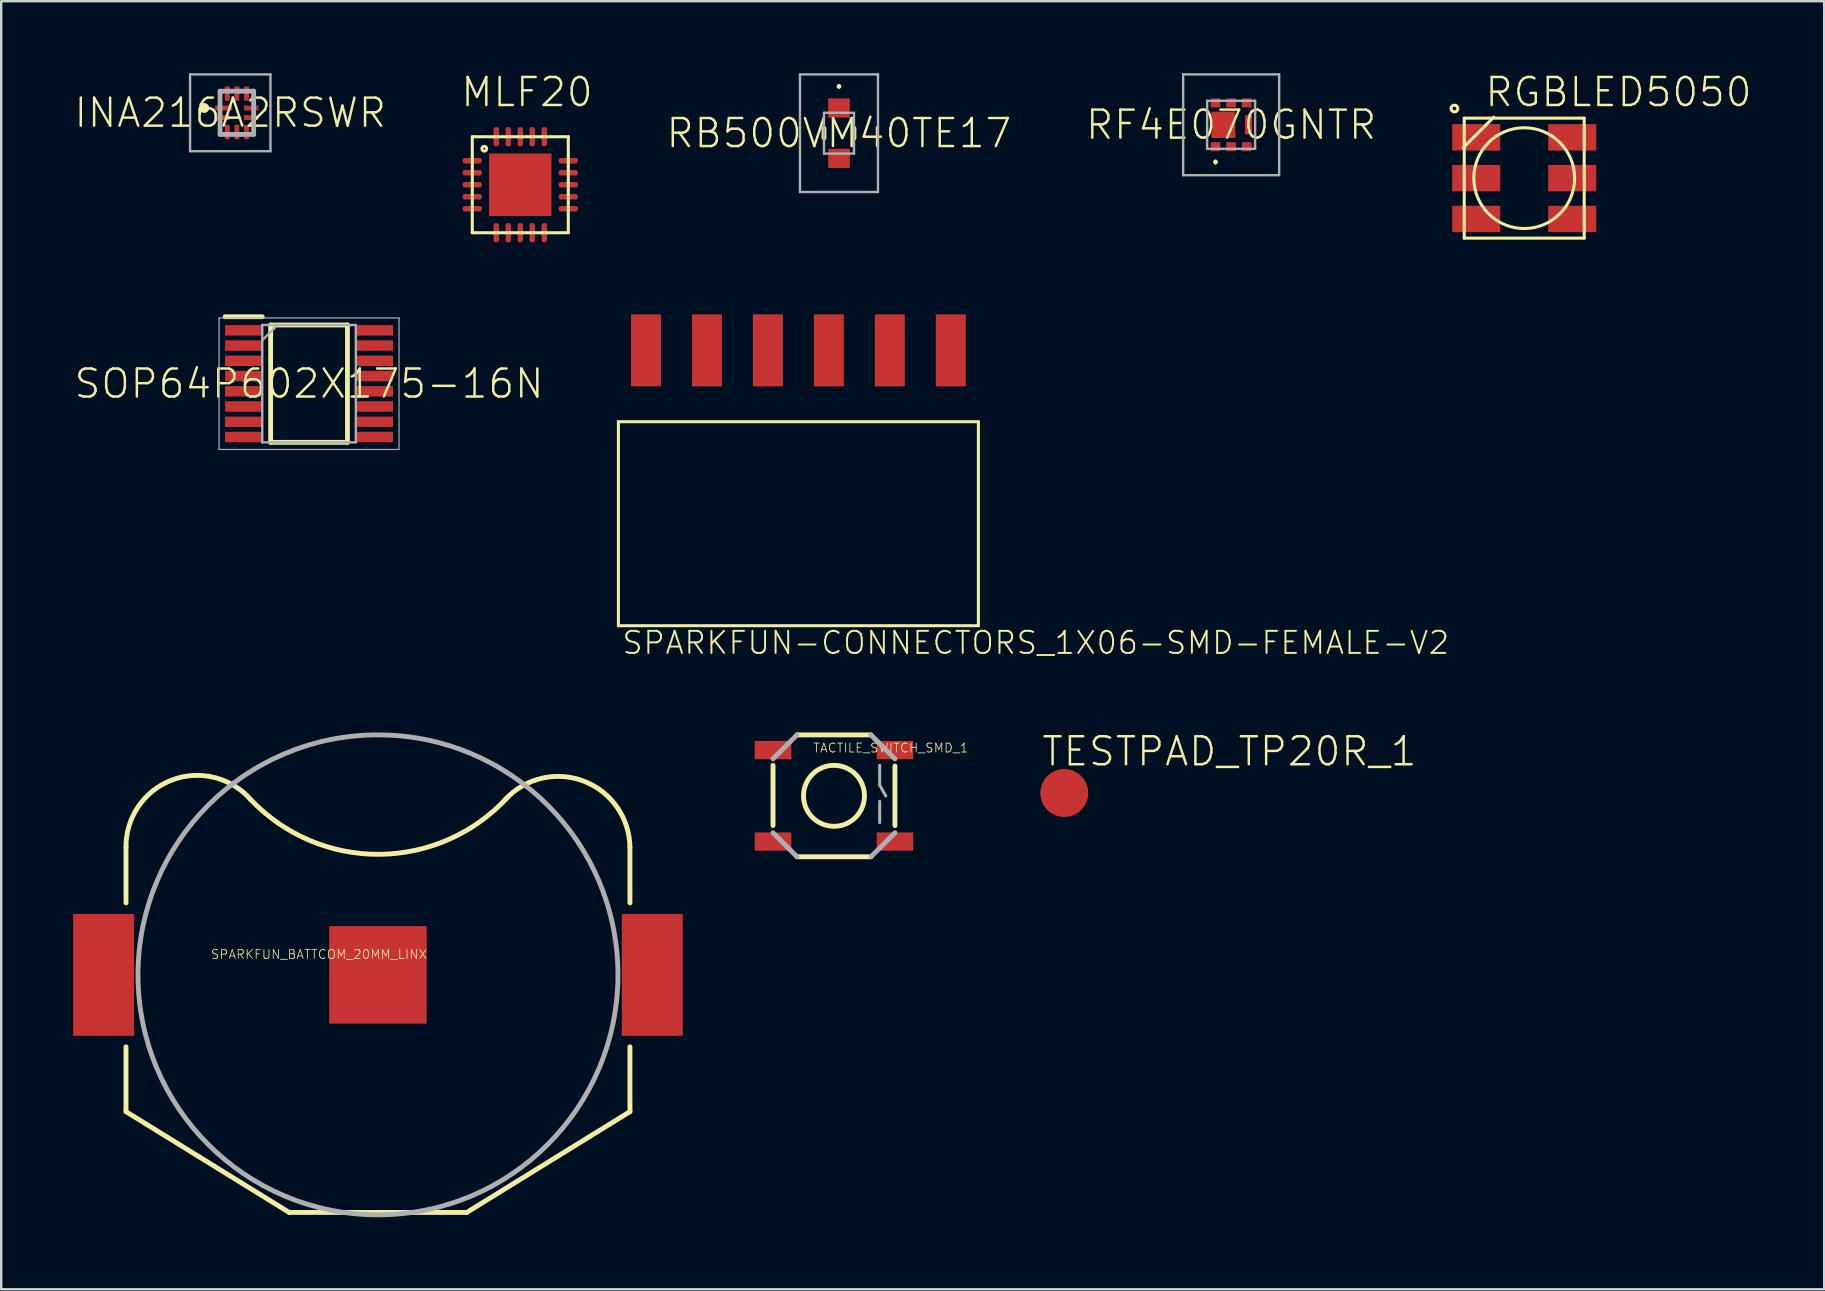
<source format=kicad_pcb>
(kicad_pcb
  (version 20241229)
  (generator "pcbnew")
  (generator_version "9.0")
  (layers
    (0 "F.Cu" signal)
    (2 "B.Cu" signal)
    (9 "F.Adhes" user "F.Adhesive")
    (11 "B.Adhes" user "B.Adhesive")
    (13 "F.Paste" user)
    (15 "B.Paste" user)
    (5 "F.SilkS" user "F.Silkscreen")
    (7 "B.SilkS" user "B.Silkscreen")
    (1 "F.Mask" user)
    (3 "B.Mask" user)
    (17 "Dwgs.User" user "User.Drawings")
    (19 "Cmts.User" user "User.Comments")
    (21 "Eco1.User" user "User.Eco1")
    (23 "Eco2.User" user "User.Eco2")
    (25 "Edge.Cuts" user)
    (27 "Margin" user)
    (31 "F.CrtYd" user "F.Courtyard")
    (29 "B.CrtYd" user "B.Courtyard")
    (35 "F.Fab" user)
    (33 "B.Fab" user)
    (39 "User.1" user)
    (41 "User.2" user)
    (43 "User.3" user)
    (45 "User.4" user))
  (footprint "SPARKFUN-CONNECTORS_1X06-SMD-FEMALE-V2"
    (layer "F.Cu")
    (at 30.219 14.973)
    (property "Reference" "SPARKFUN-CONNECTORS_1X06-SMD-FEMALE-V2" (at -7.4 9.3 0) (unlocked yes) (layer "F.SilkS") (effects (font (size 0.92 0.92) (thickness 0.08)) (justify left bottom)))
    (fp_line (start -7.5 -0.45) (end -7.5 8.05) (stroke (width 0.127) (type solid)) (layer "F.SilkS"))
    (fp_line (start -7.5 8.05) (end 7.5 8.05) (stroke (width 0.127) (type solid)) (layer "F.SilkS"))
    (fp_line (start 7.5 -0.45) (end -7.5 -0.45) (stroke (width 0.127) (type solid)) (layer "F.SilkS"))
    (fp_line (start 7.5 8.05) (end 7.5 -0.45) (stroke (width 0.127) (type solid)) (layer "F.SilkS"))
    (pad "1" smd rect (at 6.35 -3.425 180) (size 1.25 3) (layers "F.Cu" "F.Mask" "F.Paste"))
    (pad "2" smd rect (at 3.81 -3.425 180) (size 1.25 3) (layers "F.Cu" "F.Mask" "F.Paste"))
    (pad "3" smd rect (at 1.27 -3.425 180) (size 1.25 3) (layers "F.Cu" "F.Mask" "F.Paste"))
    (pad "4" smd rect (at -1.27 -3.425 180) (size 1.25 3) (layers "F.Cu" "F.Mask" "F.Paste"))
    (pad "5" smd rect (at -3.81 -3.425 180) (size 1.25 3) (layers "F.Cu" "F.Mask" "F.Paste"))
    (pad "6" smd rect (at -6.35 -3.425 180) (size 1.25 3) (layers "F.Cu" "F.Mask" "F.Paste")))
  (footprint "TESTPAD_TP20R_1"
    (layer "F.Cu")
    (at 41.299 29.994)
    (property "Reference" "TESTPAD_TP20R_1" (at -1 -1.05 0) (unlocked yes) (layer "F.SilkS") (effects (font (size 1.168 1.168) (thickness 0.102)) (justify left bottom)))
    (pad "TP" smd roundrect (at 0 0) (size 2 2) (layers "F.Cu" "F.Mask") (roundrect_rratio 0.5)))
  (footprint "RB500VM40TE17"
    (layer "F.Cu")
    (at 31.91 2.5)
    (property "Reference" "RB500VM40TE17" (at 0 0 0) (unlocked yes) (layer "F.SilkS") (effects (font (size 1.168 1.168) (thickness 0.102))))
    (fp_line (start -0.625 -0.2) (end -0.625 0.2) (stroke (width 0.2) (type solid)) (layer "F.SilkS"))
    (fp_line (start 0.625 -0.2) (end 0.625 0.2) (stroke (width 0.2) (type solid)) (layer "F.SilkS"))
    (fp_arc (start 0 -2) (mid 0.05 -1.95) (end 0 -1.9) (stroke (width 0.1) (type solid)) (layer "F.SilkS"))
    (fp_arc (start 0 -1.9) (mid -0.05 -1.95) (end 0 -2) (stroke (width 0.1) (type solid)) (layer "F.SilkS"))
    (fp_line (start -1.625 -2.45) (end 1.625 -2.45) (stroke (width 0.1) (type solid)) (layer "F.Fab"))
    (fp_line (start -1.625 2.45) (end -1.625 -2.45) (stroke (width 0.1) (type solid)) (layer "F.Fab"))
    (fp_line (start -0.625 -0.85) (end 0.625 -0.85) (stroke (width 0.1) (type solid)) (layer "F.Fab"))
    (fp_line (start -0.625 0.85) (end -0.625 -0.85) (stroke (width 0.1) (type solid)) (layer "F.Fab"))
    (fp_line (start 0.625 -0.85) (end 0.625 0.85) (stroke (width 0.1) (type solid)) (layer "F.Fab"))
    (fp_line (start 0.625 0.85) (end -0.625 0.85) (stroke (width 0.1) (type solid)) (layer "F.Fab"))
    (fp_line (start 1.625 -2.45) (end 1.625 2.45) (stroke (width 0.1) (type solid)) (layer "F.Fab"))
    (fp_line (start 1.625 2.45) (end -1.625 2.45) (stroke (width 0.1) (type solid)) (layer "F.Fab"))
    (pad "1" smd rect (at 0 -1.05) (size 0.9 0.8) (layers "F.Cu" "F.Mask" "F.Paste"))
    (pad "2" smd rect (at 0 1.05) (size 0.9 0.8) (layers "F.Cu" "F.Mask" "F.Paste")))
  (footprint "INA216A2RSWR"
    (layer "F.Cu")
    (at 6.82 1.65)
    (property "Reference" "INA216A2RSWR" (at -0.275 0 0) (unlocked yes) (layer "F.SilkS") (effects (font (size 1.168 1.168) (thickness 0.102))))
    (fp_arc (start -1.35 -0.3) (mid -1.25 -0.2) (end -1.35 -0.1) (stroke (width 0.2) (type solid)) (layer "F.SilkS"))
    (fp_arc (start -1.35 -0.1) (mid -1.45 -0.2) (end -1.35 -0.3) (stroke (width 0.2) (type solid)) (layer "F.SilkS"))
    (fp_line (start -1.95 -1.6) (end 1.4 -1.6) (stroke (width 0.1) (type solid)) (layer "F.Fab"))
    (fp_line (start -1.95 1.6) (end -1.95 -1.6) (stroke (width 0.1) (type solid)) (layer "F.Fab"))
    (fp_line (start -0.7 -0.9) (end 0.7 -0.9) (stroke (width 0.2) (type solid)) (layer "F.Fab"))
    (fp_line (start -0.7 0.9) (end -0.7 -0.9) (stroke (width 0.2) (type solid)) (layer "F.Fab"))
    (fp_line (start 0.7 -0.9) (end 0.7 0.9) (stroke (width 0.2) (type solid)) (layer "F.Fab"))
    (fp_line (start 0.7 0.9) (end -0.7 0.9) (stroke (width 0.2) (type solid)) (layer "F.Fab"))
    (fp_line (start 1.4 -1.6) (end 1.4 1.6) (stroke (width 0.1) (type solid)) (layer "F.Fab"))
    (fp_line (start 1.4 1.6) (end -1.95 1.6) (stroke (width 0.1) (type solid)) (layer "F.Fab"))
    (pad "1" smd rect (at -0.55 -0.2) (size 0.7 0.2) (layers "F.Cu" "F.Mask" "F.Paste"))
    (pad "2" smd rect (at -0.6 0.2) (size 0.6 0.2) (layers "F.Cu" "F.Mask" "F.Paste"))
    (pad "3" smd rect (at -0.4 0.8 90) (size 0.6 0.2) (layers "F.Cu" "F.Mask" "F.Paste"))
    (pad "4" smd rect (at 0 0.8 90) (size 0.6 0.2) (layers "F.Cu" "F.Mask" "F.Paste"))
    (pad "5" smd rect (at 0.4 0.8 90) (size 0.6 0.2) (layers "F.Cu" "F.Mask" "F.Paste"))
    (pad "6" smd rect (at 0.6 0.2) (size 0.6 0.2) (layers "F.Cu" "F.Mask" "F.Paste"))
    (pad "7" smd rect (at 0.6 -0.2) (size 0.6 0.2) (layers "F.Cu" "F.Mask" "F.Paste"))
    (pad "8" smd rect (at 0.4 -0.8 90) (size 0.6 0.2) (layers "F.Cu" "F.Mask" "F.Paste"))
    (pad "9" smd rect (at 0 -0.8 90) (size 0.6 0.2) (layers "F.Cu" "F.Mask" "F.Paste"))
    (pad "10" smd rect (at -0.4 -0.8 90) (size 0.6 0.2) (layers "F.Cu" "F.Mask" "F.Paste")))
  (footprint "MLF20"
    (layer "F.Cu")
    (at 18.63 4.648)
    (property "Reference" "MLF20" (at -2.54 -3.175 0) (unlocked yes) (layer "F.SilkS") (effects (font (size 1.168 1.168) (thickness 0.102)) (justify left bottom)))
    (fp_poly (pts (xy -1.3 1.3) (xy 1.3 1.3) (xy 1.3 -1.3) (xy -1.3 -1.3)) (stroke (width 0) (type default)) (fill yes) (layer "F.Cu"))
    (fp_poly (pts (xy -1.27 1.27) (xy 1.27 1.27) (xy 1.27 -1.27) (xy -1.27 -1.27)) (stroke (width 0) (type default)) (fill yes) (layer "F.Mask"))
    (fp_line (start -2 -2) (end -2 2) (stroke (width 0.127) (type solid)) (layer "F.SilkS"))
    (fp_line (start -2 -2) (end 2 -2) (stroke (width 0.127) (type solid)) (layer "F.SilkS"))
    (fp_line (start 2 -2) (end 2 2) (stroke (width 0.127) (type solid)) (layer "F.SilkS"))
    (fp_line (start 2 2) (end -2 2) (stroke (width 0.127) (type solid)) (layer "F.SilkS"))
    (fp_circle (center -1.5 -1.5) (end -1.4 -1.5) (stroke (width 0.127) (type solid)) (fill no) (layer "F.SilkS"))
    (pad "P$1" smd roundrect (at -2 -1) (size 0.8 0.23) (layers "F.Cu" "F.Mask" "F.Paste") (roundrect_rratio 0.375))
    (pad "P$2" smd roundrect (at -2 -0.5) (size 0.8 0.23) (layers "F.Cu" "F.Mask" "F.Paste") (roundrect_rratio 0.375))
    (pad "P$3" smd roundrect (at -2 0) (size 0.8 0.23) (layers "F.Cu" "F.Mask" "F.Paste") (roundrect_rratio 0.375))
    (pad "P$4" smd roundrect (at -2 0.5) (size 0.8 0.23) (layers "F.Cu" "F.Mask" "F.Paste") (roundrect_rratio 0.375))
    (pad "P$5" smd roundrect (at -2 1) (size 0.8 0.23) (layers "F.Cu" "F.Mask" "F.Paste") (roundrect_rratio 0.375))
    (pad "P$6" smd roundrect (at -1 2) (size 0.23 0.8) (layers "F.Cu" "F.Mask" "F.Paste") (roundrect_rratio 0.375))
    (pad "P$7" smd roundrect (at -0.5 2) (size 0.23 0.8) (layers "F.Cu" "F.Mask" "F.Paste") (roundrect_rratio 0.375))
    (pad "P$8" smd roundrect (at 0 2) (size 0.23 0.8) (layers "F.Cu" "F.Mask" "F.Paste") (roundrect_rratio 0.375))
    (pad "P$9" smd roundrect (at 0.5 2) (size 0.23 0.8) (layers "F.Cu" "F.Mask" "F.Paste") (roundrect_rratio 0.375))
    (pad "P$10" smd roundrect (at 1 2) (size 0.23 0.8) (layers "F.Cu" "F.Mask" "F.Paste") (roundrect_rratio 0.375))
    (pad "P$11" smd roundrect (at 2 1) (size 0.8 0.23) (layers "F.Cu" "F.Mask" "F.Paste") (roundrect_rratio 0.375))
    (pad "P$12" smd roundrect (at 2 0.5) (size 0.8 0.23) (layers "F.Cu" "F.Mask" "F.Paste") (roundrect_rratio 0.375))
    (pad "P$13" smd roundrect (at 2 0) (size 0.8 0.23) (layers "F.Cu" "F.Mask" "F.Paste") (roundrect_rratio 0.375))
    (pad "P$14" smd roundrect (at 2 -0.5) (size 0.8 0.23) (layers "F.Cu" "F.Mask" "F.Paste") (roundrect_rratio 0.375))
    (pad "P$15" smd roundrect (at 2 -1) (size 0.8 0.23) (layers "F.Cu" "F.Mask" "F.Paste") (roundrect_rratio 0.375))
    (pad "P$16" smd roundrect (at 1 -2) (size 0.23 0.8) (layers "F.Cu" "F.Mask" "F.Paste") (roundrect_rratio 0.375))
    (pad "P$17" smd roundrect (at 0.5 -2) (size 0.23 0.8) (layers "F.Cu" "F.Mask" "F.Paste") (roundrect_rratio 0.375))
    (pad "P$18" smd roundrect (at 0 -2) (size 0.23 0.8) (layers "F.Cu" "F.Mask" "F.Paste") (roundrect_rratio 0.375))
    (pad "P$19" smd roundrect (at -0.5 -2) (size 0.23 0.8) (layers "F.Cu" "F.Mask" "F.Paste") (roundrect_rratio 0.375))
    (pad "P$20" smd roundrect (at -1 -2) (size 0.23 0.8) (layers "F.Cu" "F.Mask" "F.Paste") (roundrect_rratio 0.375)))
  (footprint "SPARKFUN_BATTCOM_20MM_LINX"
    (layer "F.Cu")
    (at 12.7 37.572)
    (property "Reference" "SPARKFUN_BATTCOM_20MM_LINX" (at -6.985 -0.635 0) (unlocked yes) (layer "F.SilkS") (effects (font (size 0.374 0.374) (thickness 0.033)) (justify left bottom)))
    (fp_line (start -10.5 -5.3) (end -10.5 -3) (stroke (width 0.203) (type solid)) (layer "F.SilkS"))
    (fp_line (start -10.5 5.7) (end -10.5 3) (stroke (width 0.203) (type solid)) (layer "F.SilkS"))
    (fp_line (start -3.7 9.9) (end -10.5 5.7) (stroke (width 0.203) (type solid)) (layer "F.SilkS"))
    (fp_line (start -3.7 9.9) (end 3.7 9.9) (stroke (width 0.203) (type solid)) (layer "F.SilkS"))
    (fp_line (start 3.7 9.9) (end 10.5 5.7) (stroke (width 0.203) (type solid)) (layer "F.SilkS"))
    (fp_line (start 10.5 -5.3) (end 10.5 -3) (stroke (width 0.203) (type solid)) (layer "F.SilkS"))
    (fp_line (start 10.5 5.7) (end 10.5 3) (stroke (width 0.203) (type solid)) (layer "F.SilkS"))
    (fp_arc (start -10.5 -5.3) (mid -8.597839 -8.114383) (end -5.299999 -7.299998) (stroke (width 0.2032) (type solid)) (layer "F.SilkS"))
    (fp_arc (start 5.299998 -7.300001) (mid 8.580867 -8.070258) (end 10.5 -5.3) (stroke (width 0.2032) (type solid)) (layer "F.SilkS"))
    (fp_arc (start 5.399999 -7.400001) (mid 0.071749 -5.022878) (end -5.3 -7.3) (stroke (width 0.2032) (type solid)) (layer "F.SilkS"))
    (fp_circle (center 0 0) (end 10 0) (stroke (width 0.203) (type solid)) (fill no) (layer "F.Fab"))
    (pad "1" smd rect (at -11.43 0) (size 2.54 5.08) (layers "F.Cu" "F.Mask" "F.Paste"))
    (pad "2" smd rect (at 0 0) (size 4.064 4.064) (layers "F.Cu" "F.Mask" "F.Paste"))
    (pad "3" smd rect (at 11.43 0) (size 2.54 5.08) (layers "F.Cu" "F.Mask" "F.Paste")))
  (footprint "RGBLED5050"
    (layer "F.Cu")
    (at 60.464 4.373)
    (property "Reference" "RGBLED5050" (at -1.7 -2.9 0) (unlocked yes) (layer "F.SilkS") (effects (font (size 1.168 1.168) (thickness 0.102)) (justify left bottom)))
    (fp_line (start -2.5 -2.5) (end 2.5 -2.5) (stroke (width 0.127) (type solid)) (layer "F.SilkS"))
    (fp_line (start -2.5 2.5) (end -2.5 -2.5) (stroke (width 0.127) (type solid)) (layer "F.SilkS"))
    (fp_line (start -1.27 -2.54) (end -2.54 -1.27) (stroke (width 0.127) (type solid)) (layer "F.SilkS"))
    (fp_line (start 2.5 -2.5) (end 2.5 2.5) (stroke (width 0.127) (type solid)) (layer "F.SilkS"))
    (fp_line (start 2.5 2.5) (end -2.5 2.5) (stroke (width 0.127) (type solid)) (layer "F.SilkS"))
    (fp_circle (center -2.908 -2.9) (end -2.767 -2.9) (stroke (width 0.127) (type solid)) (fill no) (layer "F.SilkS"))
    (fp_circle (center 0 0) (end 2.1 0) (stroke (width 0.127) (type solid)) (fill no) (layer "F.SilkS"))
    (pad "1" smd rect (at -2 -1.7) (size 2 1.1) (layers "F.Cu" "F.Mask" "F.Paste"))
    (pad "2" smd rect (at -2 0) (size 2 1.1) (layers "F.Cu" "F.Mask" "F.Paste"))
    (pad "3" smd rect (at -2 1.7) (size 2 1.1) (layers "F.Cu" "F.Mask" "F.Paste"))
    (pad "4" smd rect (at 2 1.7) (size 2 1.1) (layers "F.Cu" "F.Mask" "F.Paste"))
    (pad "5" smd rect (at 2 0) (size 2 1.1) (layers "F.Cu" "F.Mask" "F.Paste"))
    (pad "6" smd rect (at 2 -1.7) (size 2 1.1) (layers "F.Cu" "F.Mask" "F.Paste")))
  (footprint "TACTILE_SWITCH_SMD_1"
    (layer "F.Cu")
    (at 31.702 30.112)
    (property "Reference" "TACTILE_SWITCH_SMD_1" (at -0.889 -1.778 0) (unlocked yes) (layer "F.SilkS") (effects (font (size 0.374 0.374) (thickness 0.033)) (justify left bottom)))
    (fp_line (start -2.54 1.24) (end -2.54 -1.27) (stroke (width 0.203) (type solid)) (layer "F.SilkS"))
    (fp_line (start -1.54 -2.54) (end 1.54 -2.54) (stroke (width 0.203) (type solid)) (layer "F.SilkS"))
    (fp_line (start 1.54 2.54) (end -1.54 2.54) (stroke (width 0.203) (type solid)) (layer "F.SilkS"))
    (fp_line (start 2.54 -1.24) (end 2.54 1.24) (stroke (width 0.203) (type solid)) (layer "F.SilkS"))
    (fp_circle (center 0 0) (end 1.27 0) (stroke (width 0.203) (type solid)) (fill no) (layer "F.SilkS"))
    (fp_line (start -2.54 -1.54) (end -1.54 -2.54) (stroke (width 0.203) (type solid)) (layer "F.Fab"))
    (fp_line (start -1.54 2.54) (end -2.54 1.54) (stroke (width 0.203) (type solid)) (layer "F.Fab"))
    (fp_line (start 1.54 -2.54) (end 2.54 -1.54) (stroke (width 0.203) (type solid)) (layer "F.Fab"))
    (fp_line (start 1.905 -1.27) (end 1.905 -0.445) (stroke (width 0.127) (type solid)) (layer "F.Fab"))
    (fp_line (start 1.905 -0.445) (end 2.16 0.01) (stroke (width 0.127) (type solid)) (layer "F.Fab"))
    (fp_line (start 1.905 0.23) (end 1.905 1.115) (stroke (width 0.127) (type solid)) (layer "F.Fab"))
    (fp_line (start 2.54 1.54) (end 1.54 2.54) (stroke (width 0.203) (type solid)) (layer "F.Fab"))
    (pad "1" smd rect (at -2.54 -1.905 90) (size 0.762 1.524) (layers "F.Cu" "F.Mask" "F.Paste"))
    (pad "2" smd rect (at 2.54 -1.905 90) (size 0.762 1.524) (layers "F.Cu" "F.Mask" "F.Paste"))
    (pad "3" smd rect (at -2.54 1.905 90) (size 0.762 1.524) (layers "F.Cu" "F.Mask" "F.Paste"))
    (pad "4" smd rect (at 2.54 1.905 90) (size 0.762 1.524) (layers "F.Cu" "F.Mask" "F.Paste")))
  (footprint "RF4E070GNTR"
    (layer "F.Cu")
    (at 48.251 2.15)
    (property "Reference" "RF4E070GNTR" (at 0 0 0) (unlocked yes) (layer "F.SilkS") (effects (font (size 1.168 1.168) (thickness 0.102))))
    (fp_arc (start -0.65 1.5) (mid -0.6 1.55) (end -0.65 1.6) (stroke (width 0.1) (type solid)) (layer "F.SilkS"))
    (fp_arc (start -0.65 1.6) (mid -0.7 1.55) (end -0.65 1.5) (stroke (width 0.1) (type solid)) (layer "F.SilkS"))
    (fp_line (start -2 -2.1) (end 2 -2.1) (stroke (width 0.1) (type solid)) (layer "F.Fab"))
    (fp_line (start -2 2.1) (end -2 -2.1) (stroke (width 0.1) (type solid)) (layer "F.Fab"))
    (fp_line (start -1 -1) (end 1 -1) (stroke (width 0.1) (type solid)) (layer "F.Fab"))
    (fp_line (start -1 1) (end -1 -1) (stroke (width 0.1) (type solid)) (layer "F.Fab"))
    (fp_line (start 1 -1) (end 1 1) (stroke (width 0.1) (type solid)) (layer "F.Fab"))
    (fp_line (start 1 1) (end -1 1) (stroke (width 0.1) (type solid)) (layer "F.Fab"))
    (fp_line (start 2 -2.1) (end 2 2.1) (stroke (width 0.1) (type solid)) (layer "F.Fab"))
    (fp_line (start 2 2.1) (end -2 2.1) (stroke (width 0.1) (type solid)) (layer "F.Fab"))
    (pad "1" smd rect (at -0.65 0.912) (size 0.4 0.375) (layers "F.Cu" "F.Mask" "F.Paste"))
    (pad "2" smd rect (at 0 0.912) (size 0.4 0.375) (layers "F.Cu" "F.Mask" "F.Paste"))
    (pad "3" smd rect (at 0.65 0.912) (size 0.4 0.375) (layers "F.Cu" "F.Mask" "F.Paste"))
    (pad "4" smd rect (at 0.65 -0.912) (size 0.4 0.375) (layers "F.Cu" "F.Mask" "F.Paste"))
    (pad "5" smd rect (at 0 -0.912) (size 0.4 0.375) (layers "F.Cu" "F.Mask" "F.Paste"))
    (pad "6" smd rect (at -0.65 -0.912) (size 0.4 0.375) (layers "F.Cu" "F.Mask" "F.Paste"))
    (pad "7" smd rect (at -0.325 0 90) (size 1.1 1) (layers "F.Cu" "F.Mask" "F.Paste"))
    (pad "8" smd rect (at 0.725 0 90) (size 0.8 0.3) (layers "F.Cu" "F.Mask" "F.Paste")))
  (footprint "SOP64P602X175-16N"
    (layer "F.Cu")
    (at 9.828 12.938)
    (property "Reference" "SOP64P602X175-16N" (at 0 0 0) (unlocked yes) (layer "F.SilkS") (effects (font (size 1.168 1.168) (thickness 0.102))))
    (fp_line (start -3.5 -2.79) (end -1.95 -2.79) (stroke (width 0.2) (type solid)) (layer "F.SilkS"))
    (fp_line (start -1.6 -2.445) (end 1.6 -2.445) (stroke (width 0.2) (type solid)) (layer "F.SilkS"))
    (fp_line (start -1.6 2.445) (end -1.6 -2.445) (stroke (width 0.2) (type solid)) (layer "F.SilkS"))
    (fp_line (start 1.6 -2.445) (end 1.6 2.445) (stroke (width 0.2) (type solid)) (layer "F.SilkS"))
    (fp_line (start 1.6 2.445) (end -1.6 2.445) (stroke (width 0.2) (type solid)) (layer "F.SilkS"))
    (fp_line (start -3.75 -2.74) (end 3.75 -2.74) (stroke (width 0.05) (type solid)) (layer "F.Fab"))
    (fp_line (start -3.75 2.74) (end -3.75 -2.74) (stroke (width 0.05) (type solid)) (layer "F.Fab"))
    (fp_line (start -1.95 -2.445) (end -1.315 -2.445) (stroke (width 0.1) (type solid)) (layer "F.Fab"))
    (fp_line (start -1.95 -1.81) (end -1.95 -2.445) (stroke (width 0.1) (type solid)) (layer "F.Fab"))
    (fp_line (start -1.95 -1.81) (end -1.315 -2.445) (stroke (width 0.1) (type solid)) (layer "F.Fab"))
    (fp_line (start -1.95 2.445) (end -1.95 -1.81) (stroke (width 0.1) (type solid)) (layer "F.Fab"))
    (fp_line (start -1.315 -2.445) (end 1.95 -2.445) (stroke (width 0.1) (type solid)) (layer "F.Fab"))
    (fp_line (start 1.95 -2.445) (end 1.95 2.445) (stroke (width 0.1) (type solid)) (layer "F.Fab"))
    (fp_line (start 1.95 2.445) (end -1.95 2.445) (stroke (width 0.1) (type solid)) (layer "F.Fab"))
    (fp_line (start 3.75 -2.74) (end 3.75 2.74) (stroke (width 0.05) (type solid)) (layer "F.Fab"))
    (fp_line (start 3.75 2.74) (end -3.75 2.74) (stroke (width 0.05) (type solid)) (layer "F.Fab"))
    (pad "1" smd rect (at -2.725 -2.222) (size 1.55 0.435) (layers "F.Cu" "F.Mask" "F.Paste"))
    (pad "2" smd rect (at -2.725 -1.588) (size 1.55 0.435) (layers "F.Cu" "F.Mask" "F.Paste"))
    (pad "3" smd rect (at -2.725 -0.952) (size 1.55 0.435) (layers "F.Cu" "F.Mask" "F.Paste"))
    (pad "4" smd rect (at -2.725 -0.318) (size 1.55 0.435) (layers "F.Cu" "F.Mask" "F.Paste"))
    (pad "5" smd rect (at -2.725 0.318) (size 1.55 0.435) (layers "F.Cu" "F.Mask" "F.Paste"))
    (pad "6" smd rect (at -2.725 0.952) (size 1.55 0.435) (layers "F.Cu" "F.Mask" "F.Paste"))
    (pad "7" smd rect (at -2.725 1.588) (size 1.55 0.435) (layers "F.Cu" "F.Mask" "F.Paste"))
    (pad "8" smd rect (at -2.725 2.222) (size 1.55 0.435) (layers "F.Cu" "F.Mask" "F.Paste"))
    (pad "9" smd rect (at 2.725 2.222) (size 1.55 0.435) (layers "F.Cu" "F.Mask" "F.Paste"))
    (pad "10" smd rect (at 2.725 1.588) (size 1.55 0.435) (layers "F.Cu" "F.Mask" "F.Paste"))
    (pad "11" smd rect (at 2.725 0.952) (size 1.55 0.435) (layers "F.Cu" "F.Mask" "F.Paste"))
    (pad "12" smd rect (at 2.725 0.318) (size 1.55 0.435) (layers "F.Cu" "F.Mask" "F.Paste"))
    (pad "13" smd rect (at 2.725 -0.318) (size 1.55 0.435) (layers "F.Cu" "F.Mask" "F.Paste"))
    (pad "14" smd rect (at 2.725 -0.952) (size 1.55 0.435) (layers "F.Cu" "F.Mask" "F.Paste"))
    (pad "15" smd rect (at 2.725 -1.588) (size 1.55 0.435) (layers "F.Cu" "F.Mask" "F.Paste"))
    (pad "16" smd rect (at 2.725 -2.222) (size 1.55 0.435) (layers "F.Cu" "F.Mask" "F.Paste")))
  (gr_rect
    (start -3 -3)
    (end 72.963 50.674)
    (stroke (width 0.1) (type default))
    (fill no)
    (layer "Edge.Cuts")))
</source>
